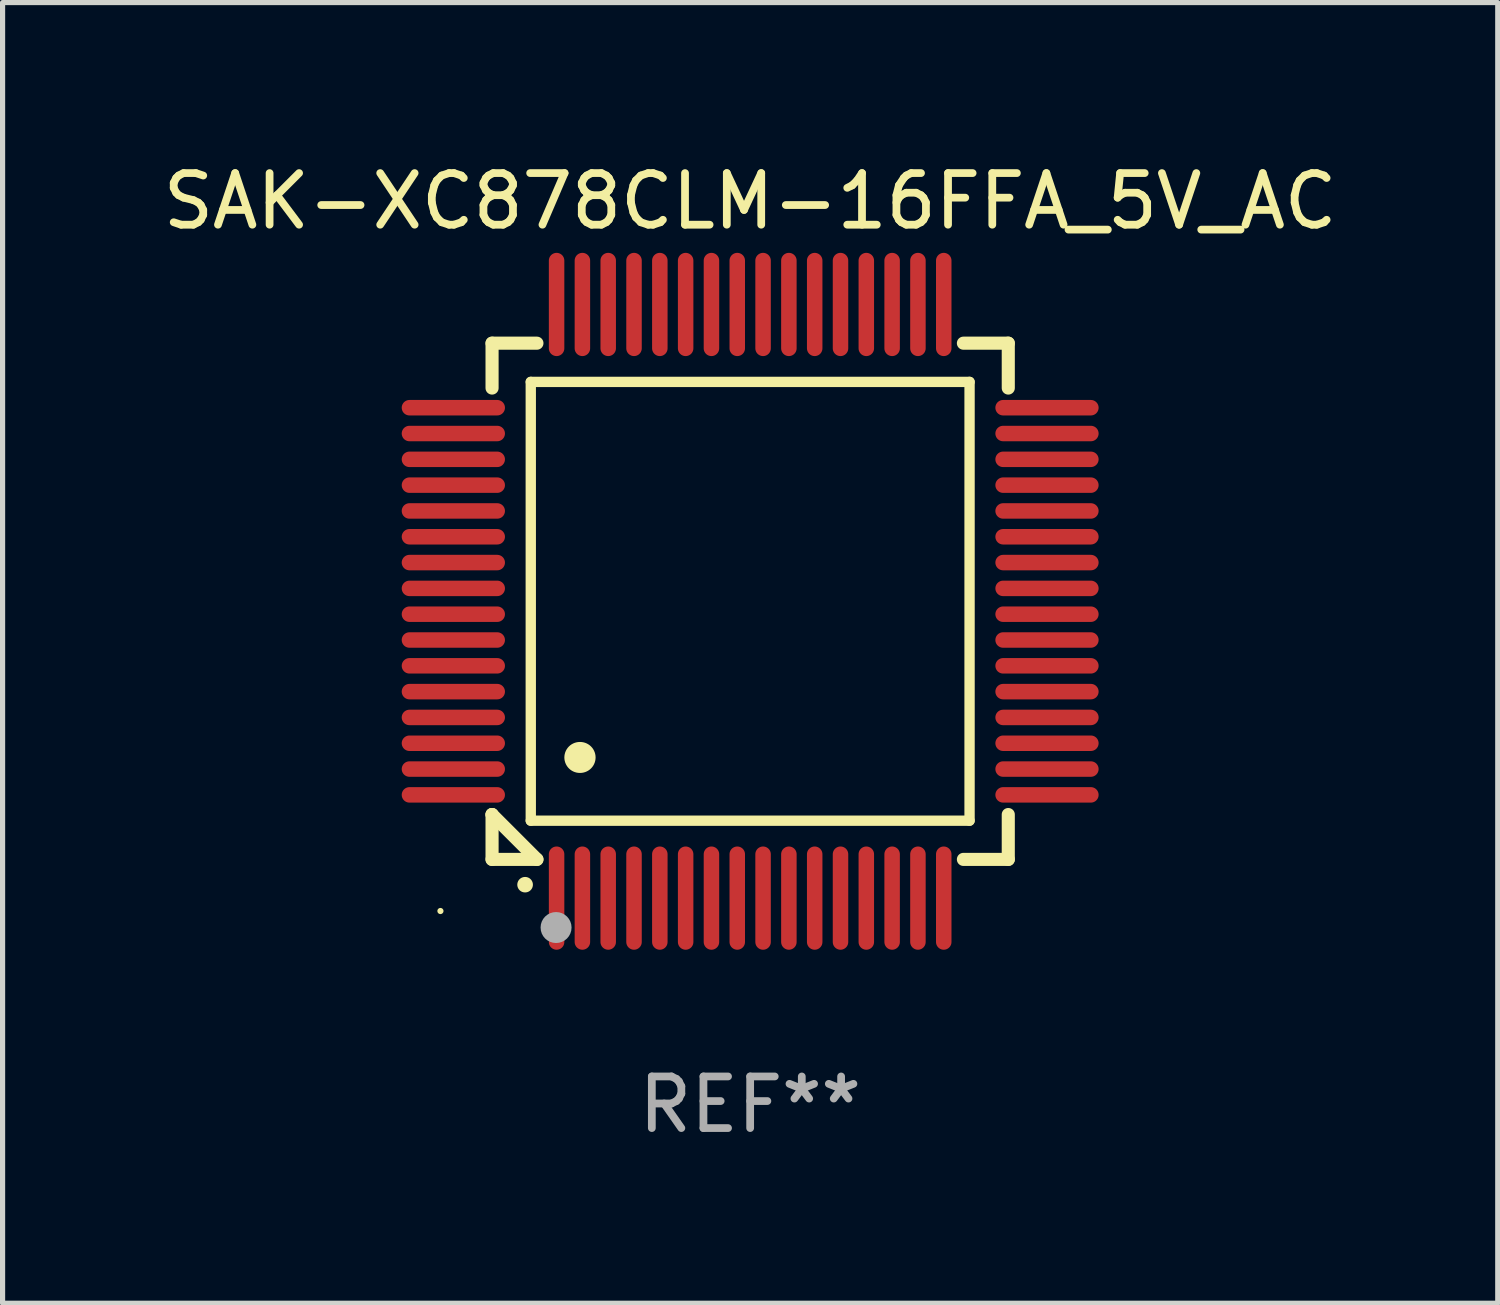
<source format=kicad_pcb>
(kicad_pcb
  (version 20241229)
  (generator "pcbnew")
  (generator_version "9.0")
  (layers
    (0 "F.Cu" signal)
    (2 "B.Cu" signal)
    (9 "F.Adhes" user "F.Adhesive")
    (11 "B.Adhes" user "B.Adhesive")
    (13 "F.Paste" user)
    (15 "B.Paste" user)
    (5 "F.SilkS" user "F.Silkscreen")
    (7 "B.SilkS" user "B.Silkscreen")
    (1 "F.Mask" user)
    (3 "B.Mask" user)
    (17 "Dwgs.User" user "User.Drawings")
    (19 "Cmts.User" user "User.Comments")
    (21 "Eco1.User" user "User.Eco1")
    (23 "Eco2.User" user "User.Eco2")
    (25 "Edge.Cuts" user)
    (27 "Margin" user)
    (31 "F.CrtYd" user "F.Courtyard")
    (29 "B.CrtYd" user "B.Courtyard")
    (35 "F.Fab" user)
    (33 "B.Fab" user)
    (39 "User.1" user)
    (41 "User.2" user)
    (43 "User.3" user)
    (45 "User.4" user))
  (footprint "SAK-XC878CLM-16FFA_5V_AC"
    (layer "F.Cu")
    (at 11.482 8.598)
    (property "Reference" "SAK-XC878CLM-16FFA_5V_AC" (at 0 -7.75 0) (layer "F.SilkS") (effects (font (size 1 1) (thickness 0.15))))
    (attr through_hole)
    (fp_line (start -5 -5) (end -4.131 -5) (stroke (width 0.254) (type solid)) (layer "F.SilkS"))
    (fp_line (start -5 -4.131) (end -5 -5) (stroke (width 0.254) (type solid)) (layer "F.SilkS"))
    (fp_line (start -5 4.131) (end -5 4.131) (stroke (width 0.254) (type solid)) (layer "F.SilkS"))
    (fp_line (start -5 5) (end -5 4.131) (stroke (width 0.254) (type solid)) (layer "F.SilkS"))
    (fp_line (start -5 4.131) (end -4.131 5) (stroke (width 0.254) (type solid)) (layer "F.SilkS"))
    (fp_line (start -4.25 -4.25) (end -4.25 4.25) (stroke (width 0.2) (type solid)) (layer "F.SilkS"))
    (fp_line (start -4.25 4.25) (end 4.25 4.25) (stroke (width 0.2) (type solid)) (layer "F.SilkS"))
    (fp_line (start -4.131 5) (end -5 5) (stroke (width 0.254) (type solid)) (layer "F.SilkS"))
    (fp_line (start 4.25 -4.25) (end -4.25 -4.25) (stroke (width 0.2) (type solid)) (layer "F.SilkS"))
    (fp_line (start 4.25 4.25) (end 4.25 -4.25) (stroke (width 0.2) (type solid)) (layer "F.SilkS"))
    (fp_line (start 5 -5) (end 4.131 -5) (stroke (width 0.254) (type solid)) (layer "F.SilkS"))
    (fp_line (start 5 -5) (end 5 -4.131) (stroke (width 0.254) (type solid)) (layer "F.SilkS"))
    (fp_line (start 5 4.131) (end 5 5) (stroke (width 0.254) (type solid)) (layer "F.SilkS"))
    (fp_line (start 5 5) (end 4.131 5) (stroke (width 0.254) (type solid)) (layer "F.SilkS"))
    (fp_arc (start -4.361265 5.489992) (mid -4.359995 5.489987) (end -4.358725 5.489992) (stroke (width 0.3) (type solid)) (layer "F.SilkS"))
    (fp_arc (start -3.299467 3.025146) (mid -3.296927 3.025135) (end -3.294387 3.025146) (stroke (width 0.6) (type solid)) (layer "F.SilkS"))
    (fp_circle (center -6 6) (end -5.97 6) (stroke (width 0.06) (type solid)) (fill no) (layer "F.SilkS"))
    (fp_circle (center -3.76 6.32) (end -3.61 6.32) (stroke (width 0.3) (type solid)) (fill no) (layer "F.Fab"))
    (fp_text user "REF**" (at 0 9.75 0) (layer "F.Fab") (effects (font (size 1 1) (thickness 0.15))))
    (pad "1" smd oval (at -3.75 5.75) (size 0.3 2) (layers "F.Cu" "F.Mask" "F.Paste"))
    (pad "2" smd oval (at -3.25 5.75) (size 0.3 2) (layers "F.Cu" "F.Mask" "F.Paste"))
    (pad "3" smd oval (at -2.75 5.75) (size 0.3 2) (layers "F.Cu" "F.Mask" "F.Paste"))
    (pad "4" smd oval (at -2.25 5.75) (size 0.3 2) (layers "F.Cu" "F.Mask" "F.Paste"))
    (pad "5" smd oval (at -1.75 5.75) (size 0.3 2) (layers "F.Cu" "F.Mask" "F.Paste"))
    (pad "6" smd oval (at -1.25 5.75) (size 0.3 2) (layers "F.Cu" "F.Mask" "F.Paste"))
    (pad "7" smd oval (at -0.75 5.75) (size 0.3 2) (layers "F.Cu" "F.Mask" "F.Paste"))
    (pad "8" smd oval (at -0.25 5.75) (size 0.3 2) (layers "F.Cu" "F.Mask" "F.Paste"))
    (pad "9" smd oval (at 0.25 5.75) (size 0.3 2) (layers "F.Cu" "F.Mask" "F.Paste"))
    (pad "10" smd oval (at 0.75 5.75) (size 0.3 2) (layers "F.Cu" "F.Mask" "F.Paste"))
    (pad "11" smd oval (at 1.25 5.75) (size 0.3 2) (layers "F.Cu" "F.Mask" "F.Paste"))
    (pad "12" smd oval (at 1.75 5.75) (size 0.3 2) (layers "F.Cu" "F.Mask" "F.Paste"))
    (pad "13" smd oval (at 2.25 5.75) (size 0.3 2) (layers "F.Cu" "F.Mask" "F.Paste"))
    (pad "14" smd oval (at 2.75 5.75) (size 0.3 2) (layers "F.Cu" "F.Mask" "F.Paste"))
    (pad "15" smd oval (at 3.25 5.75) (size 0.3 2) (layers "F.Cu" "F.Mask" "F.Paste"))
    (pad "16" smd oval (at 3.75 5.75) (size 0.3 2) (layers "F.Cu" "F.Mask" "F.Paste"))
    (pad "17" smd oval (at 5.75 3.75) (size 2 0.3) (layers "F.Cu" "F.Mask" "F.Paste"))
    (pad "18" smd oval (at 5.75 3.25) (size 2 0.3) (layers "F.Cu" "F.Mask" "F.Paste"))
    (pad "19" smd oval (at 5.75 2.75) (size 2 0.3) (layers "F.Cu" "F.Mask" "F.Paste"))
    (pad "20" smd oval (at 5.75 2.25) (size 2 0.3) (layers "F.Cu" "F.Mask" "F.Paste"))
    (pad "21" smd oval (at 5.75 1.75) (size 2 0.3) (layers "F.Cu" "F.Mask" "F.Paste"))
    (pad "22" smd oval (at 5.75 1.25) (size 2 0.3) (layers "F.Cu" "F.Mask" "F.Paste"))
    (pad "23" smd oval (at 5.75 0.75) (size 2 0.3) (layers "F.Cu" "F.Mask" "F.Paste"))
    (pad "24" smd oval (at 5.75 0.25) (size 2 0.3) (layers "F.Cu" "F.Mask" "F.Paste"))
    (pad "25" smd oval (at 5.75 -0.25) (size 2 0.3) (layers "F.Cu" "F.Mask" "F.Paste"))
    (pad "26" smd oval (at 5.75 -0.75) (size 2 0.3) (layers "F.Cu" "F.Mask" "F.Paste"))
    (pad "27" smd oval (at 5.75 -1.25) (size 2 0.3) (layers "F.Cu" "F.Mask" "F.Paste"))
    (pad "28" smd oval (at 5.75 -1.75) (size 2 0.3) (layers "F.Cu" "F.Mask" "F.Paste"))
    (pad "29" smd oval (at 5.75 -2.25) (size 2 0.3) (layers "F.Cu" "F.Mask" "F.Paste"))
    (pad "30" smd oval (at 5.75 -2.75) (size 2 0.3) (layers "F.Cu" "F.Mask" "F.Paste"))
    (pad "31" smd oval (at 5.75 -3.25) (size 2 0.3) (layers "F.Cu" "F.Mask" "F.Paste"))
    (pad "32" smd oval (at 5.75 -3.75) (size 2 0.3) (layers "F.Cu" "F.Mask" "F.Paste"))
    (pad "33" smd oval (at 3.75 -5.75) (size 0.3 2) (layers "F.Cu" "F.Mask" "F.Paste"))
    (pad "34" smd oval (at 3.25 -5.75) (size 0.3 2) (layers "F.Cu" "F.Mask" "F.Paste"))
    (pad "35" smd oval (at 2.75 -5.75) (size 0.3 2) (layers "F.Cu" "F.Mask" "F.Paste"))
    (pad "36" smd oval (at 2.25 -5.75) (size 0.3 2) (layers "F.Cu" "F.Mask" "F.Paste"))
    (pad "37" smd oval (at 1.75 -5.75) (size 0.3 2) (layers "F.Cu" "F.Mask" "F.Paste"))
    (pad "38" smd oval (at 1.25 -5.75) (size 0.3 2) (layers "F.Cu" "F.Mask" "F.Paste"))
    (pad "39" smd oval (at 0.75 -5.75) (size 0.3 2) (layers "F.Cu" "F.Mask" "F.Paste"))
    (pad "40" smd oval (at 0.25 -5.75) (size 0.3 2) (layers "F.Cu" "F.Mask" "F.Paste"))
    (pad "41" smd oval (at -0.25 -5.75) (size 0.3 2) (layers "F.Cu" "F.Mask" "F.Paste"))
    (pad "42" smd oval (at -0.75 -5.75) (size 0.3 2) (layers "F.Cu" "F.Mask" "F.Paste"))
    (pad "43" smd oval (at -1.25 -5.75) (size 0.3 2) (layers "F.Cu" "F.Mask" "F.Paste"))
    (pad "44" smd oval (at -1.75 -5.75) (size 0.3 2) (layers "F.Cu" "F.Mask" "F.Paste"))
    (pad "45" smd oval (at -2.25 -5.75) (size 0.3 2) (layers "F.Cu" "F.Mask" "F.Paste"))
    (pad "46" smd oval (at -2.75 -5.75) (size 0.3 2) (layers "F.Cu" "F.Mask" "F.Paste"))
    (pad "47" smd oval (at -3.25 -5.75) (size 0.3 2) (layers "F.Cu" "F.Mask" "F.Paste"))
    (pad "48" smd oval (at -3.75 -5.75) (size 0.3 2) (layers "F.Cu" "F.Mask" "F.Paste"))
    (pad "49" smd oval (at -5.75 -3.75) (size 2 0.3) (layers "F.Cu" "F.Mask" "F.Paste"))
    (pad "50" smd oval (at -5.75 -3.25) (size 2 0.3) (layers "F.Cu" "F.Mask" "F.Paste"))
    (pad "51" smd oval (at -5.75 -2.75) (size 2 0.3) (layers "F.Cu" "F.Mask" "F.Paste"))
    (pad "52" smd oval (at -5.75 -2.25) (size 2 0.3) (layers "F.Cu" "F.Mask" "F.Paste"))
    (pad "53" smd oval (at -5.75 -1.75) (size 2 0.3) (layers "F.Cu" "F.Mask" "F.Paste"))
    (pad "54" smd oval (at -5.75 -1.25) (size 2 0.3) (layers "F.Cu" "F.Mask" "F.Paste"))
    (pad "55" smd oval (at -5.75 -0.75) (size 2 0.3) (layers "F.Cu" "F.Mask" "F.Paste"))
    (pad "56" smd oval (at -5.75 -0.25) (size 2 0.3) (layers "F.Cu" "F.Mask" "F.Paste"))
    (pad "57" smd oval (at -5.75 0.25) (size 2 0.3) (layers "F.Cu" "F.Mask" "F.Paste"))
    (pad "58" smd oval (at -5.75 0.75) (size 2 0.3) (layers "F.Cu" "F.Mask" "F.Paste"))
    (pad "59" smd oval (at -5.75 1.25) (size 2 0.3) (layers "F.Cu" "F.Mask" "F.Paste"))
    (pad "60" smd oval (at -5.75 1.75) (size 2 0.3) (layers "F.Cu" "F.Mask" "F.Paste"))
    (pad "61" smd oval (at -5.75 2.25) (size 2 0.3) (layers "F.Cu" "F.Mask" "F.Paste"))
    (pad "62" smd oval (at -5.75 2.75) (size 2 0.3) (layers "F.Cu" "F.Mask" "F.Paste"))
    (pad "63" smd oval (at -5.75 3.25) (size 2 0.3) (layers "F.Cu" "F.Mask" "F.Paste"))
    (pad "64" smd oval (at -5.75 3.75) (size 2 0.3) (layers "F.Cu" "F.Mask" "F.Paste")))
  (gr_rect
    (start -3 -3)
    (end 25.964 22.196)
    (stroke (width 0.1) (type default))
    (fill no)
    (layer "Edge.Cuts")))
</source>
